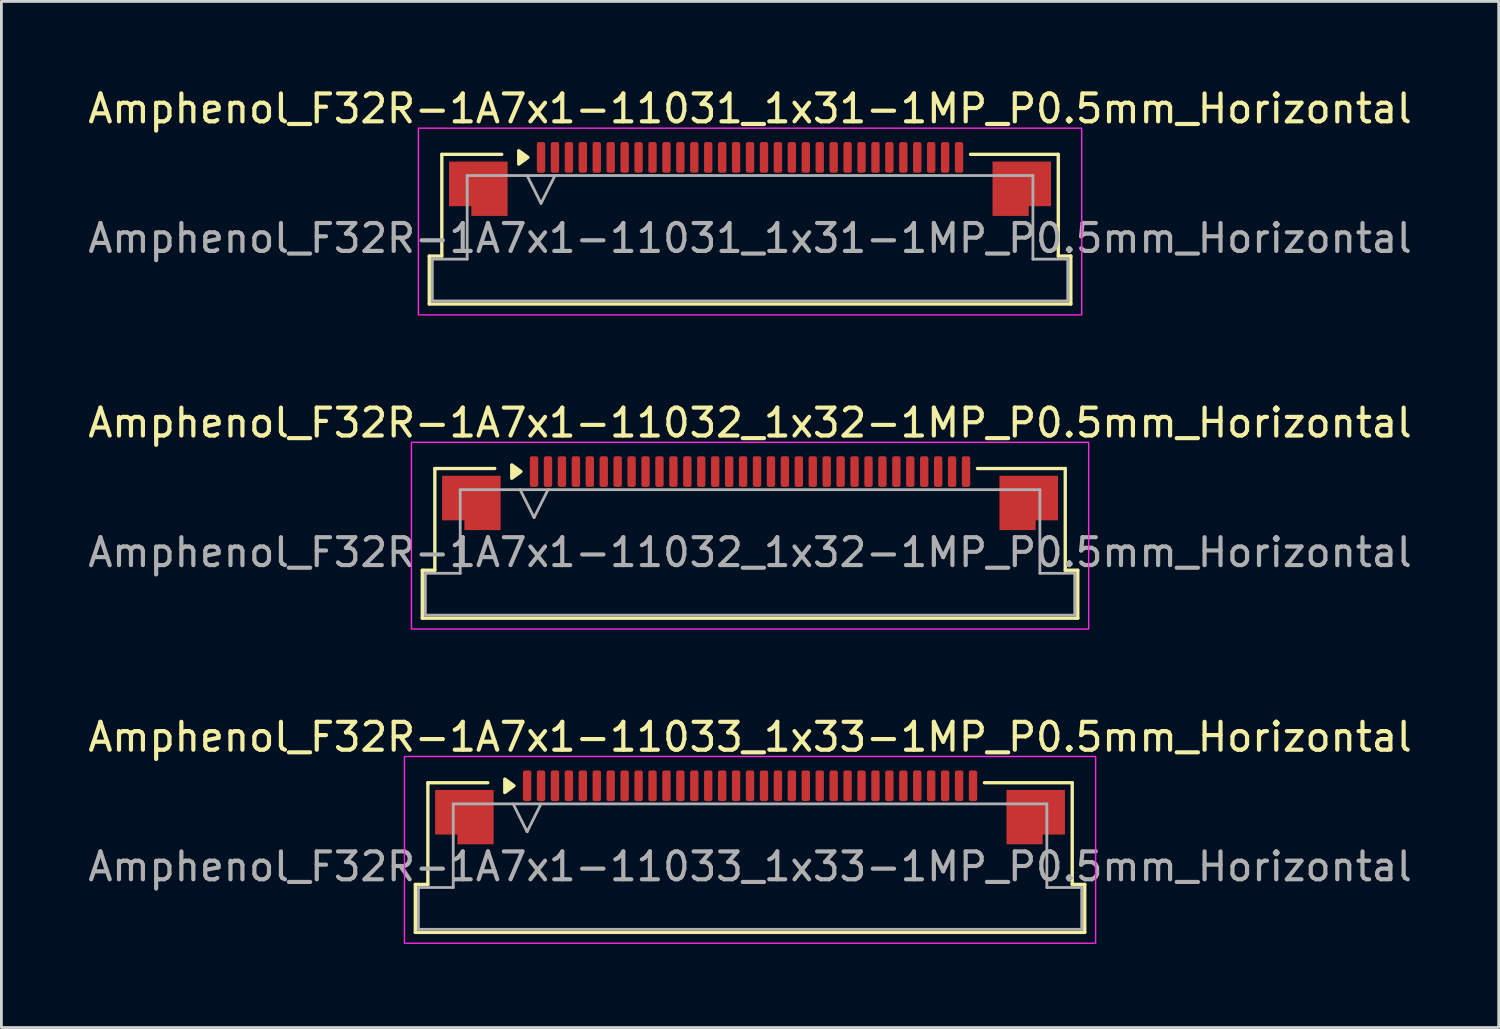
<source format=kicad_pcb>
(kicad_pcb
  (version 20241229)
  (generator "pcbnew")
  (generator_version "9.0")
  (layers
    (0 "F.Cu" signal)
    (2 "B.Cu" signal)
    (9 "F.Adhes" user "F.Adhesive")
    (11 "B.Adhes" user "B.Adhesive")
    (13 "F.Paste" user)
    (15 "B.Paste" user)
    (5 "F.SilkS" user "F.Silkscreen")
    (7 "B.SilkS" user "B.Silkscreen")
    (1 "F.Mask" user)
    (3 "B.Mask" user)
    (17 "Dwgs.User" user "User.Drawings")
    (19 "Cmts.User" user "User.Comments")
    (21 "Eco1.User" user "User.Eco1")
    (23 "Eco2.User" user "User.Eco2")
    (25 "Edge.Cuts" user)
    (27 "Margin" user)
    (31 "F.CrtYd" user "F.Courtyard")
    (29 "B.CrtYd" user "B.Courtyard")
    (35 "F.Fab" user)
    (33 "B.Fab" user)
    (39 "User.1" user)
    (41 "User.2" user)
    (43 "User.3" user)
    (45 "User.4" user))
  (footprint "Amphenol_F32R-1A7x1-11031_1x31-1MP_P0.5mm_Horizontal"
    (layer "F.Cu")
    (at 23.863 5.498)
    (property "Reference" "Amphenol_F32R-1A7x1-11031_1x31-1MP_P0.5mm_Horizontal" (at 0 -4.65 0) (layer "F.SilkS") (effects (font (size 1 1) (thickness 0.15))))
    (attr smd)
    (fp_line (start -11.51 0.64) (end -11.06 0.64) (stroke (width 0.12) (type solid)) (layer "F.SilkS"))
    (fp_line (start -11.51 2.36) (end -11.51 0.64) (stroke (width 0.12) (type solid)) (layer "F.SilkS"))
    (fp_line (start -11.06 -3.01) (end -8.91 -3.01) (stroke (width 0.12) (type solid)) (layer "F.SilkS"))
    (fp_line (start -11.06 0.64) (end -11.06 -3.01) (stroke (width 0.12) (type solid)) (layer "F.SilkS"))
    (fp_line (start 7.91 -3.01) (end 11.06 -3.01) (stroke (width 0.12) (type solid)) (layer "F.SilkS"))
    (fp_line (start 11.06 -3.01) (end 11.06 0.64) (stroke (width 0.12) (type solid)) (layer "F.SilkS"))
    (fp_line (start 11.06 0.64) (end 11.51 0.64) (stroke (width 0.12) (type solid)) (layer "F.SilkS"))
    (fp_line (start 11.51 0.64) (end 11.51 2.36) (stroke (width 0.12) (type solid)) (layer "F.SilkS"))
    (fp_line (start 11.51 2.36) (end -11.51 2.36) (stroke (width 0.12) (type solid)) (layer "F.SilkS"))
    (fp_poly (pts (xy -7.97 -2.9) (xy -8.3 -2.66) (xy -8.3 -3.14)) (stroke (width 0.12) (type solid)) (fill yes) (layer "F.SilkS"))
    (fp_rect (start -11.9 -3.95) (end 11.9 2.75) (stroke (width 0.05) (type solid)) (fill no) (layer "F.CrtYd"))
    (fp_line (start -11.4 0.75) (end -10.15 0.75) (stroke (width 0.1) (type solid)) (layer "F.Fab"))
    (fp_line (start -11.4 2.25) (end -11.4 0.75) (stroke (width 0.1) (type solid)) (layer "F.Fab"))
    (fp_line (start -10.15 -2.25) (end 10.15 -2.25) (stroke (width 0.1) (type solid)) (layer "F.Fab"))
    (fp_line (start -10.15 0.75) (end -10.15 -2.25) (stroke (width 0.1) (type solid)) (layer "F.Fab"))
    (fp_line (start -8 -2.25) (end -7.5 -1.25) (stroke (width 0.1) (type solid)) (layer "F.Fab"))
    (fp_line (start -7.5 -1.25) (end -7 -2.25) (stroke (width 0.1) (type solid)) (layer "F.Fab"))
    (fp_line (start 10.15 -2.25) (end 10.15 0.75) (stroke (width 0.1) (type solid)) (layer "F.Fab"))
    (fp_line (start 10.15 0.75) (end 11.4 0.75) (stroke (width 0.1) (type solid)) (layer "F.Fab"))
    (fp_line (start 11.4 0.75) (end 11.4 2.25) (stroke (width 0.1) (type solid)) (layer "F.Fab"))
    (fp_line (start 11.4 2.25) (end -11.4 2.25) (stroke (width 0.1) (type solid)) (layer "F.Fab"))
    (fp_text user "${REFERENCE}" (at 0 0 0) (layer "F.Fab") (effects (font (size 1 1) (thickness 0.15))))
    (pad "1" smd roundrect (at -7.5 -2.9) (size 0.3 1.1) (layers "F.Cu" "F.Mask" "F.Paste") (roundrect_rratio 0.25))
    (pad "2" smd roundrect (at -7 -2.9) (size 0.3 1.1) (layers "F.Cu" "F.Mask" "F.Paste") (roundrect_rratio 0.25))
    (pad "3" smd roundrect (at -6.5 -2.9) (size 0.3 1.1) (layers "F.Cu" "F.Mask" "F.Paste") (roundrect_rratio 0.25))
    (pad "4" smd roundrect (at -6 -2.9) (size 0.3 1.1) (layers "F.Cu" "F.Mask" "F.Paste") (roundrect_rratio 0.25))
    (pad "5" smd roundrect (at -5.5 -2.9) (size 0.3 1.1) (layers "F.Cu" "F.Mask" "F.Paste") (roundrect_rratio 0.25))
    (pad "6" smd roundrect (at -5 -2.9) (size 0.3 1.1) (layers "F.Cu" "F.Mask" "F.Paste") (roundrect_rratio 0.25))
    (pad "7" smd roundrect (at -4.5 -2.9) (size 0.3 1.1) (layers "F.Cu" "F.Mask" "F.Paste") (roundrect_rratio 0.25))
    (pad "8" smd roundrect (at -4 -2.9) (size 0.3 1.1) (layers "F.Cu" "F.Mask" "F.Paste") (roundrect_rratio 0.25))
    (pad "9" smd roundrect (at -3.5 -2.9) (size 0.3 1.1) (layers "F.Cu" "F.Mask" "F.Paste") (roundrect_rratio 0.25))
    (pad "10" smd roundrect (at -3 -2.9) (size 0.3 1.1) (layers "F.Cu" "F.Mask" "F.Paste") (roundrect_rratio 0.25))
    (pad "11" smd roundrect (at -2.5 -2.9) (size 0.3 1.1) (layers "F.Cu" "F.Mask" "F.Paste") (roundrect_rratio 0.25))
    (pad "12" smd roundrect (at -2 -2.9) (size 0.3 1.1) (layers "F.Cu" "F.Mask" "F.Paste") (roundrect_rratio 0.25))
    (pad "13" smd roundrect (at -1.5 -2.9) (size 0.3 1.1) (layers "F.Cu" "F.Mask" "F.Paste") (roundrect_rratio 0.25))
    (pad "14" smd roundrect (at -1 -2.9) (size 0.3 1.1) (layers "F.Cu" "F.Mask" "F.Paste") (roundrect_rratio 0.25))
    (pad "15" smd roundrect (at -0.5 -2.9) (size 0.3 1.1) (layers "F.Cu" "F.Mask" "F.Paste") (roundrect_rratio 0.25))
    (pad "16" smd roundrect (at 0 -2.9) (size 0.3 1.1) (layers "F.Cu" "F.Mask" "F.Paste") (roundrect_rratio 0.25))
    (pad "17" smd roundrect (at 0.5 -2.9) (size 0.3 1.1) (layers "F.Cu" "F.Mask" "F.Paste") (roundrect_rratio 0.25))
    (pad "18" smd roundrect (at 1 -2.9) (size 0.3 1.1) (layers "F.Cu" "F.Mask" "F.Paste") (roundrect_rratio 0.25))
    (pad "19" smd roundrect (at 1.5 -2.9) (size 0.3 1.1) (layers "F.Cu" "F.Mask" "F.Paste") (roundrect_rratio 0.25))
    (pad "20" smd roundrect (at 2 -2.9) (size 0.3 1.1) (layers "F.Cu" "F.Mask" "F.Paste") (roundrect_rratio 0.25))
    (pad "21" smd roundrect (at 2.5 -2.9) (size 0.3 1.1) (layers "F.Cu" "F.Mask" "F.Paste") (roundrect_rratio 0.25))
    (pad "22" smd roundrect (at 3 -2.9) (size 0.3 1.1) (layers "F.Cu" "F.Mask" "F.Paste") (roundrect_rratio 0.25))
    (pad "23" smd roundrect (at 3.5 -2.9) (size 0.3 1.1) (layers "F.Cu" "F.Mask" "F.Paste") (roundrect_rratio 0.25))
    (pad "24" smd roundrect (at 4 -2.9) (size 0.3 1.1) (layers "F.Cu" "F.Mask" "F.Paste") (roundrect_rratio 0.25))
    (pad "25" smd roundrect (at 4.5 -2.9) (size 0.3 1.1) (layers "F.Cu" "F.Mask" "F.Paste") (roundrect_rratio 0.25))
    (pad "26" smd roundrect (at 5 -2.9) (size 0.3 1.1) (layers "F.Cu" "F.Mask" "F.Paste") (roundrect_rratio 0.25))
    (pad "27" smd roundrect (at 5.5 -2.9) (size 0.3 1.1) (layers "F.Cu" "F.Mask" "F.Paste") (roundrect_rratio 0.25))
    (pad "28" smd roundrect (at 6 -2.9) (size 0.3 1.1) (layers "F.Cu" "F.Mask" "F.Paste") (roundrect_rratio 0.25))
    (pad "29" smd roundrect (at 6.5 -2.9) (size 0.3 1.1) (layers "F.Cu" "F.Mask" "F.Paste") (roundrect_rratio 0.25))
    (pad "30" smd roundrect (at 7 -2.9) (size 0.3 1.1) (layers "F.Cu" "F.Mask" "F.Paste") (roundrect_rratio 0.25))
    (pad "31" smd roundrect (at 7.5 -2.9) (size 0.3 1.1) (layers "F.Cu" "F.Mask" "F.Paste") (roundrect_rratio 0.25))
    (pad "MP" smd custom (at -9.75 -1.775) (size 1 1) (layers "F.Cu" "F.Mask" "F.Paste") (options (anchor circle)) (primitives (gr_poly (pts (xy 1.05 -0.975) (xy 1.05 0.975) (xy -0.25 0.975) (xy -0.25 0.625) (xy -1.05 0.625) (xy -1.05 -0.975)) (width 0) (fill yes))))
    (pad "MP" smd custom (at 9.75 -1.775) (size 1 1) (layers "F.Cu" "F.Mask" "F.Paste") (options (anchor circle)) (primitives (gr_poly (pts (xy -1.05 -0.975) (xy -1.05 0.975) (xy 0.25 0.975) (xy 0.25 0.625) (xy 1.05 0.625) (xy 1.05 -0.975)) (width 0) (fill yes)))))
  (footprint "Amphenol_F32R-1A7x1-11032_1x32-1MP_P0.5mm_Horizontal"
    (layer "F.Cu")
    (at 23.863 16.771)
    (property "Reference" "Amphenol_F32R-1A7x1-11032_1x32-1MP_P0.5mm_Horizontal" (at 0 -4.65 0) (layer "F.SilkS") (effects (font (size 1 1) (thickness 0.15))))
    (attr smd)
    (fp_line (start -11.76 0.64) (end -11.31 0.64) (stroke (width 0.12) (type solid)) (layer "F.SilkS"))
    (fp_line (start -11.76 2.36) (end -11.76 0.64) (stroke (width 0.12) (type solid)) (layer "F.SilkS"))
    (fp_line (start -11.31 -3.01) (end -9.16 -3.01) (stroke (width 0.12) (type solid)) (layer "F.SilkS"))
    (fp_line (start -11.31 0.64) (end -11.31 -3.01) (stroke (width 0.12) (type solid)) (layer "F.SilkS"))
    (fp_line (start 8.16 -3.01) (end 11.31 -3.01) (stroke (width 0.12) (type solid)) (layer "F.SilkS"))
    (fp_line (start 11.31 -3.01) (end 11.31 0.64) (stroke (width 0.12) (type solid)) (layer "F.SilkS"))
    (fp_line (start 11.31 0.64) (end 11.76 0.64) (stroke (width 0.12) (type solid)) (layer "F.SilkS"))
    (fp_line (start 11.76 0.64) (end 11.76 2.36) (stroke (width 0.12) (type solid)) (layer "F.SilkS"))
    (fp_line (start 11.76 2.36) (end -11.76 2.36) (stroke (width 0.12) (type solid)) (layer "F.SilkS"))
    (fp_poly (pts (xy -8.22 -2.9) (xy -8.55 -2.66) (xy -8.55 -3.14)) (stroke (width 0.12) (type solid)) (fill yes) (layer "F.SilkS"))
    (fp_rect (start -12.15 -3.95) (end 12.15 2.75) (stroke (width 0.05) (type solid)) (fill no) (layer "F.CrtYd"))
    (fp_line (start -11.65 0.75) (end -10.4 0.75) (stroke (width 0.1) (type solid)) (layer "F.Fab"))
    (fp_line (start -11.65 2.25) (end -11.65 0.75) (stroke (width 0.1) (type solid)) (layer "F.Fab"))
    (fp_line (start -10.4 -2.25) (end 10.4 -2.25) (stroke (width 0.1) (type solid)) (layer "F.Fab"))
    (fp_line (start -10.4 0.75) (end -10.4 -2.25) (stroke (width 0.1) (type solid)) (layer "F.Fab"))
    (fp_line (start -8.25 -2.25) (end -7.75 -1.25) (stroke (width 0.1) (type solid)) (layer "F.Fab"))
    (fp_line (start -7.75 -1.25) (end -7.25 -2.25) (stroke (width 0.1) (type solid)) (layer "F.Fab"))
    (fp_line (start 10.4 -2.25) (end 10.4 0.75) (stroke (width 0.1) (type solid)) (layer "F.Fab"))
    (fp_line (start 10.4 0.75) (end 11.65 0.75) (stroke (width 0.1) (type solid)) (layer "F.Fab"))
    (fp_line (start 11.65 0.75) (end 11.65 2.25) (stroke (width 0.1) (type solid)) (layer "F.Fab"))
    (fp_line (start 11.65 2.25) (end -11.65 2.25) (stroke (width 0.1) (type solid)) (layer "F.Fab"))
    (fp_text user "${REFERENCE}" (at 0 0 0) (layer "F.Fab") (effects (font (size 1 1) (thickness 0.15))))
    (pad "1" smd roundrect (at -7.75 -2.9) (size 0.3 1.1) (layers "F.Cu" "F.Mask" "F.Paste") (roundrect_rratio 0.25))
    (pad "2" smd roundrect (at -7.25 -2.9) (size 0.3 1.1) (layers "F.Cu" "F.Mask" "F.Paste") (roundrect_rratio 0.25))
    (pad "3" smd roundrect (at -6.75 -2.9) (size 0.3 1.1) (layers "F.Cu" "F.Mask" "F.Paste") (roundrect_rratio 0.25))
    (pad "4" smd roundrect (at -6.25 -2.9) (size 0.3 1.1) (layers "F.Cu" "F.Mask" "F.Paste") (roundrect_rratio 0.25))
    (pad "5" smd roundrect (at -5.75 -2.9) (size 0.3 1.1) (layers "F.Cu" "F.Mask" "F.Paste") (roundrect_rratio 0.25))
    (pad "6" smd roundrect (at -5.25 -2.9) (size 0.3 1.1) (layers "F.Cu" "F.Mask" "F.Paste") (roundrect_rratio 0.25))
    (pad "7" smd roundrect (at -4.75 -2.9) (size 0.3 1.1) (layers "F.Cu" "F.Mask" "F.Paste") (roundrect_rratio 0.25))
    (pad "8" smd roundrect (at -4.25 -2.9) (size 0.3 1.1) (layers "F.Cu" "F.Mask" "F.Paste") (roundrect_rratio 0.25))
    (pad "9" smd roundrect (at -3.75 -2.9) (size 0.3 1.1) (layers "F.Cu" "F.Mask" "F.Paste") (roundrect_rratio 0.25))
    (pad "10" smd roundrect (at -3.25 -2.9) (size 0.3 1.1) (layers "F.Cu" "F.Mask" "F.Paste") (roundrect_rratio 0.25))
    (pad "11" smd roundrect (at -2.75 -2.9) (size 0.3 1.1) (layers "F.Cu" "F.Mask" "F.Paste") (roundrect_rratio 0.25))
    (pad "12" smd roundrect (at -2.25 -2.9) (size 0.3 1.1) (layers "F.Cu" "F.Mask" "F.Paste") (roundrect_rratio 0.25))
    (pad "13" smd roundrect (at -1.75 -2.9) (size 0.3 1.1) (layers "F.Cu" "F.Mask" "F.Paste") (roundrect_rratio 0.25))
    (pad "14" smd roundrect (at -1.25 -2.9) (size 0.3 1.1) (layers "F.Cu" "F.Mask" "F.Paste") (roundrect_rratio 0.25))
    (pad "15" smd roundrect (at -0.75 -2.9) (size 0.3 1.1) (layers "F.Cu" "F.Mask" "F.Paste") (roundrect_rratio 0.25))
    (pad "16" smd roundrect (at -0.25 -2.9) (size 0.3 1.1) (layers "F.Cu" "F.Mask" "F.Paste") (roundrect_rratio 0.25))
    (pad "17" smd roundrect (at 0.25 -2.9) (size 0.3 1.1) (layers "F.Cu" "F.Mask" "F.Paste") (roundrect_rratio 0.25))
    (pad "18" smd roundrect (at 0.75 -2.9) (size 0.3 1.1) (layers "F.Cu" "F.Mask" "F.Paste") (roundrect_rratio 0.25))
    (pad "19" smd roundrect (at 1.25 -2.9) (size 0.3 1.1) (layers "F.Cu" "F.Mask" "F.Paste") (roundrect_rratio 0.25))
    (pad "20" smd roundrect (at 1.75 -2.9) (size 0.3 1.1) (layers "F.Cu" "F.Mask" "F.Paste") (roundrect_rratio 0.25))
    (pad "21" smd roundrect (at 2.25 -2.9) (size 0.3 1.1) (layers "F.Cu" "F.Mask" "F.Paste") (roundrect_rratio 0.25))
    (pad "22" smd roundrect (at 2.75 -2.9) (size 0.3 1.1) (layers "F.Cu" "F.Mask" "F.Paste") (roundrect_rratio 0.25))
    (pad "23" smd roundrect (at 3.25 -2.9) (size 0.3 1.1) (layers "F.Cu" "F.Mask" "F.Paste") (roundrect_rratio 0.25))
    (pad "24" smd roundrect (at 3.75 -2.9) (size 0.3 1.1) (layers "F.Cu" "F.Mask" "F.Paste") (roundrect_rratio 0.25))
    (pad "25" smd roundrect (at 4.25 -2.9) (size 0.3 1.1) (layers "F.Cu" "F.Mask" "F.Paste") (roundrect_rratio 0.25))
    (pad "26" smd roundrect (at 4.75 -2.9) (size 0.3 1.1) (layers "F.Cu" "F.Mask" "F.Paste") (roundrect_rratio 0.25))
    (pad "27" smd roundrect (at 5.25 -2.9) (size 0.3 1.1) (layers "F.Cu" "F.Mask" "F.Paste") (roundrect_rratio 0.25))
    (pad "28" smd roundrect (at 5.75 -2.9) (size 0.3 1.1) (layers "F.Cu" "F.Mask" "F.Paste") (roundrect_rratio 0.25))
    (pad "29" smd roundrect (at 6.25 -2.9) (size 0.3 1.1) (layers "F.Cu" "F.Mask" "F.Paste") (roundrect_rratio 0.25))
    (pad "30" smd roundrect (at 6.75 -2.9) (size 0.3 1.1) (layers "F.Cu" "F.Mask" "F.Paste") (roundrect_rratio 0.25))
    (pad "31" smd roundrect (at 7.25 -2.9) (size 0.3 1.1) (layers "F.Cu" "F.Mask" "F.Paste") (roundrect_rratio 0.25))
    (pad "32" smd roundrect (at 7.75 -2.9) (size 0.3 1.1) (layers "F.Cu" "F.Mask" "F.Paste") (roundrect_rratio 0.25))
    (pad "MP" smd custom (at -10 -1.775) (size 1 1) (layers "F.Cu" "F.Mask" "F.Paste") (options (anchor circle)) (primitives (gr_poly (pts (xy 1.05 -0.975) (xy 1.05 0.975) (xy -0.25 0.975) (xy -0.25 0.625) (xy -1.05 0.625) (xy -1.05 -0.975)) (width 0) (fill yes))))
    (pad "MP" smd custom (at 10 -1.775) (size 1 1) (layers "F.Cu" "F.Mask" "F.Paste") (options (anchor circle)) (primitives (gr_poly (pts (xy -1.05 -0.975) (xy -1.05 0.975) (xy 0.25 0.975) (xy 0.25 0.625) (xy 1.05 0.625) (xy 1.05 -0.975)) (width 0) (fill yes)))))
  (footprint "Amphenol_F32R-1A7x1-11033_1x33-1MP_P0.5mm_Horizontal"
    (layer "F.Cu")
    (at 23.863 28.045)
    (property "Reference" "Amphenol_F32R-1A7x1-11033_1x33-1MP_P0.5mm_Horizontal" (at 0 -4.65 0) (layer "F.SilkS") (effects (font (size 1 1) (thickness 0.15))))
    (attr smd)
    (fp_line (start -12.01 0.64) (end -11.56 0.64) (stroke (width 0.12) (type solid)) (layer "F.SilkS"))
    (fp_line (start -12.01 2.36) (end -12.01 0.64) (stroke (width 0.12) (type solid)) (layer "F.SilkS"))
    (fp_line (start -11.56 -3.01) (end -9.41 -3.01) (stroke (width 0.12) (type solid)) (layer "F.SilkS"))
    (fp_line (start -11.56 0.64) (end -11.56 -3.01) (stroke (width 0.12) (type solid)) (layer "F.SilkS"))
    (fp_line (start 8.41 -3.01) (end 11.56 -3.01) (stroke (width 0.12) (type solid)) (layer "F.SilkS"))
    (fp_line (start 11.56 -3.01) (end 11.56 0.64) (stroke (width 0.12) (type solid)) (layer "F.SilkS"))
    (fp_line (start 11.56 0.64) (end 12.01 0.64) (stroke (width 0.12) (type solid)) (layer "F.SilkS"))
    (fp_line (start 12.01 0.64) (end 12.01 2.36) (stroke (width 0.12) (type solid)) (layer "F.SilkS"))
    (fp_line (start 12.01 2.36) (end -12.01 2.36) (stroke (width 0.12) (type solid)) (layer "F.SilkS"))
    (fp_poly (pts (xy -8.47 -2.9) (xy -8.8 -2.66) (xy -8.8 -3.14)) (stroke (width 0.12) (type solid)) (fill yes) (layer "F.SilkS"))
    (fp_rect (start -12.4 -3.95) (end 12.4 2.75) (stroke (width 0.05) (type solid)) (fill no) (layer "F.CrtYd"))
    (fp_line (start -11.9 0.75) (end -10.65 0.75) (stroke (width 0.1) (type solid)) (layer "F.Fab"))
    (fp_line (start -11.9 2.25) (end -11.9 0.75) (stroke (width 0.1) (type solid)) (layer "F.Fab"))
    (fp_line (start -10.65 -2.25) (end 10.65 -2.25) (stroke (width 0.1) (type solid)) (layer "F.Fab"))
    (fp_line (start -10.65 0.75) (end -10.65 -2.25) (stroke (width 0.1) (type solid)) (layer "F.Fab"))
    (fp_line (start -8.5 -2.25) (end -8 -1.25) (stroke (width 0.1) (type solid)) (layer "F.Fab"))
    (fp_line (start -8 -1.25) (end -7.5 -2.25) (stroke (width 0.1) (type solid)) (layer "F.Fab"))
    (fp_line (start 10.65 -2.25) (end 10.65 0.75) (stroke (width 0.1) (type solid)) (layer "F.Fab"))
    (fp_line (start 10.65 0.75) (end 11.9 0.75) (stroke (width 0.1) (type solid)) (layer "F.Fab"))
    (fp_line (start 11.9 0.75) (end 11.9 2.25) (stroke (width 0.1) (type solid)) (layer "F.Fab"))
    (fp_line (start 11.9 2.25) (end -11.9 2.25) (stroke (width 0.1) (type solid)) (layer "F.Fab"))
    (fp_text user "${REFERENCE}" (at 0 0 0) (layer "F.Fab") (effects (font (size 1 1) (thickness 0.15))))
    (pad "1" smd roundrect (at -8 -2.9) (size 0.3 1.1) (layers "F.Cu" "F.Mask" "F.Paste") (roundrect_rratio 0.25))
    (pad "2" smd roundrect (at -7.5 -2.9) (size 0.3 1.1) (layers "F.Cu" "F.Mask" "F.Paste") (roundrect_rratio 0.25))
    (pad "3" smd roundrect (at -7 -2.9) (size 0.3 1.1) (layers "F.Cu" "F.Mask" "F.Paste") (roundrect_rratio 0.25))
    (pad "4" smd roundrect (at -6.5 -2.9) (size 0.3 1.1) (layers "F.Cu" "F.Mask" "F.Paste") (roundrect_rratio 0.25))
    (pad "5" smd roundrect (at -6 -2.9) (size 0.3 1.1) (layers "F.Cu" "F.Mask" "F.Paste") (roundrect_rratio 0.25))
    (pad "6" smd roundrect (at -5.5 -2.9) (size 0.3 1.1) (layers "F.Cu" "F.Mask" "F.Paste") (roundrect_rratio 0.25))
    (pad "7" smd roundrect (at -5 -2.9) (size 0.3 1.1) (layers "F.Cu" "F.Mask" "F.Paste") (roundrect_rratio 0.25))
    (pad "8" smd roundrect (at -4.5 -2.9) (size 0.3 1.1) (layers "F.Cu" "F.Mask" "F.Paste") (roundrect_rratio 0.25))
    (pad "9" smd roundrect (at -4 -2.9) (size 0.3 1.1) (layers "F.Cu" "F.Mask" "F.Paste") (roundrect_rratio 0.25))
    (pad "10" smd roundrect (at -3.5 -2.9) (size 0.3 1.1) (layers "F.Cu" "F.Mask" "F.Paste") (roundrect_rratio 0.25))
    (pad "11" smd roundrect (at -3 -2.9) (size 0.3 1.1) (layers "F.Cu" "F.Mask" "F.Paste") (roundrect_rratio 0.25))
    (pad "12" smd roundrect (at -2.5 -2.9) (size 0.3 1.1) (layers "F.Cu" "F.Mask" "F.Paste") (roundrect_rratio 0.25))
    (pad "13" smd roundrect (at -2 -2.9) (size 0.3 1.1) (layers "F.Cu" "F.Mask" "F.Paste") (roundrect_rratio 0.25))
    (pad "14" smd roundrect (at -1.5 -2.9) (size 0.3 1.1) (layers "F.Cu" "F.Mask" "F.Paste") (roundrect_rratio 0.25))
    (pad "15" smd roundrect (at -1 -2.9) (size 0.3 1.1) (layers "F.Cu" "F.Mask" "F.Paste") (roundrect_rratio 0.25))
    (pad "16" smd roundrect (at -0.5 -2.9) (size 0.3 1.1) (layers "F.Cu" "F.Mask" "F.Paste") (roundrect_rratio 0.25))
    (pad "17" smd roundrect (at 0 -2.9) (size 0.3 1.1) (layers "F.Cu" "F.Mask" "F.Paste") (roundrect_rratio 0.25))
    (pad "18" smd roundrect (at 0.5 -2.9) (size 0.3 1.1) (layers "F.Cu" "F.Mask" "F.Paste") (roundrect_rratio 0.25))
    (pad "19" smd roundrect (at 1 -2.9) (size 0.3 1.1) (layers "F.Cu" "F.Mask" "F.Paste") (roundrect_rratio 0.25))
    (pad "20" smd roundrect (at 1.5 -2.9) (size 0.3 1.1) (layers "F.Cu" "F.Mask" "F.Paste") (roundrect_rratio 0.25))
    (pad "21" smd roundrect (at 2 -2.9) (size 0.3 1.1) (layers "F.Cu" "F.Mask" "F.Paste") (roundrect_rratio 0.25))
    (pad "22" smd roundrect (at 2.5 -2.9) (size 0.3 1.1) (layers "F.Cu" "F.Mask" "F.Paste") (roundrect_rratio 0.25))
    (pad "23" smd roundrect (at 3 -2.9) (size 0.3 1.1) (layers "F.Cu" "F.Mask" "F.Paste") (roundrect_rratio 0.25))
    (pad "24" smd roundrect (at 3.5 -2.9) (size 0.3 1.1) (layers "F.Cu" "F.Mask" "F.Paste") (roundrect_rratio 0.25))
    (pad "25" smd roundrect (at 4 -2.9) (size 0.3 1.1) (layers "F.Cu" "F.Mask" "F.Paste") (roundrect_rratio 0.25))
    (pad "26" smd roundrect (at 4.5 -2.9) (size 0.3 1.1) (layers "F.Cu" "F.Mask" "F.Paste") (roundrect_rratio 0.25))
    (pad "27" smd roundrect (at 5 -2.9) (size 0.3 1.1) (layers "F.Cu" "F.Mask" "F.Paste") (roundrect_rratio 0.25))
    (pad "28" smd roundrect (at 5.5 -2.9) (size 0.3 1.1) (layers "F.Cu" "F.Mask" "F.Paste") (roundrect_rratio 0.25))
    (pad "29" smd roundrect (at 6 -2.9) (size 0.3 1.1) (layers "F.Cu" "F.Mask" "F.Paste") (roundrect_rratio 0.25))
    (pad "30" smd roundrect (at 6.5 -2.9) (size 0.3 1.1) (layers "F.Cu" "F.Mask" "F.Paste") (roundrect_rratio 0.25))
    (pad "31" smd roundrect (at 7 -2.9) (size 0.3 1.1) (layers "F.Cu" "F.Mask" "F.Paste") (roundrect_rratio 0.25))
    (pad "32" smd roundrect (at 7.5 -2.9) (size 0.3 1.1) (layers "F.Cu" "F.Mask" "F.Paste") (roundrect_rratio 0.25))
    (pad "33" smd roundrect (at 8 -2.9) (size 0.3 1.1) (layers "F.Cu" "F.Mask" "F.Paste") (roundrect_rratio 0.25))
    (pad "MP" smd custom (at -10.25 -1.775) (size 1 1) (layers "F.Cu" "F.Mask" "F.Paste") (options (anchor circle)) (primitives (gr_poly (pts (xy 1.05 -0.975) (xy 1.05 0.975) (xy -0.25 0.975) (xy -0.25 0.625) (xy -1.05 0.625) (xy -1.05 -0.975)) (width 0) (fill yes))))
    (pad "MP" smd custom (at 10.25 -1.775) (size 1 1) (layers "F.Cu" "F.Mask" "F.Paste") (options (anchor circle)) (primitives (gr_poly (pts (xy -1.05 -0.975) (xy -1.05 0.975) (xy 0.25 0.975) (xy 0.25 0.625) (xy 1.05 0.625) (xy 1.05 -0.975)) (width 0) (fill yes)))))
  (gr_rect
    (start -3 -3)
    (end 50.726 33.82)
    (stroke (width 0.1) (type default))
    (fill no)
    (layer "Edge.Cuts")))
</source>
